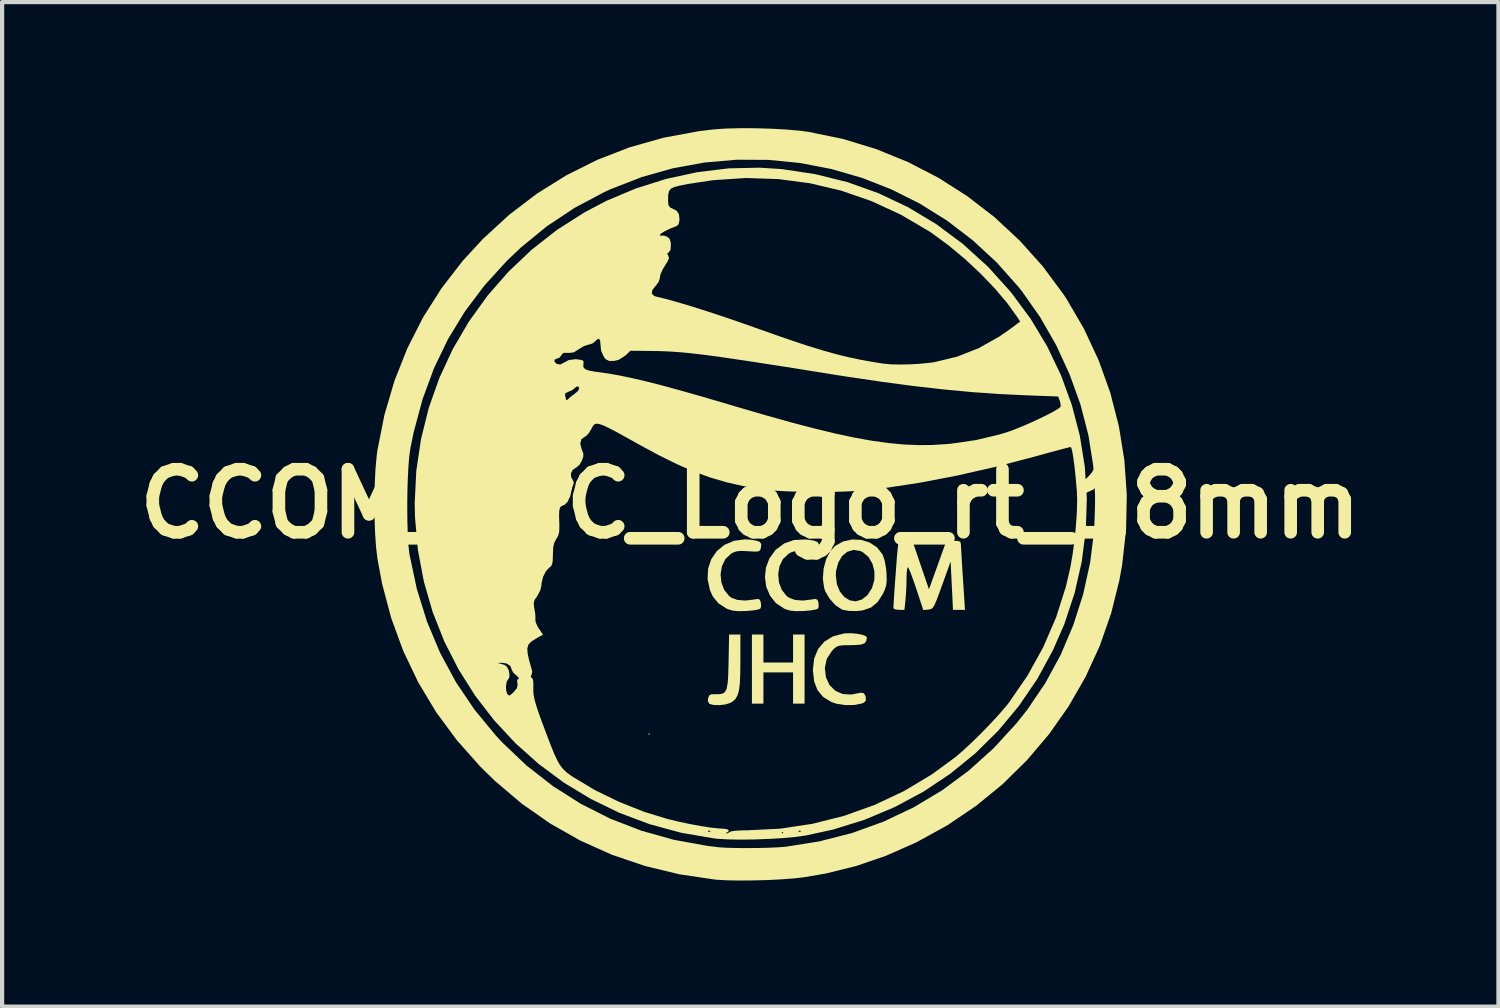
<source format=kicad_pcb>
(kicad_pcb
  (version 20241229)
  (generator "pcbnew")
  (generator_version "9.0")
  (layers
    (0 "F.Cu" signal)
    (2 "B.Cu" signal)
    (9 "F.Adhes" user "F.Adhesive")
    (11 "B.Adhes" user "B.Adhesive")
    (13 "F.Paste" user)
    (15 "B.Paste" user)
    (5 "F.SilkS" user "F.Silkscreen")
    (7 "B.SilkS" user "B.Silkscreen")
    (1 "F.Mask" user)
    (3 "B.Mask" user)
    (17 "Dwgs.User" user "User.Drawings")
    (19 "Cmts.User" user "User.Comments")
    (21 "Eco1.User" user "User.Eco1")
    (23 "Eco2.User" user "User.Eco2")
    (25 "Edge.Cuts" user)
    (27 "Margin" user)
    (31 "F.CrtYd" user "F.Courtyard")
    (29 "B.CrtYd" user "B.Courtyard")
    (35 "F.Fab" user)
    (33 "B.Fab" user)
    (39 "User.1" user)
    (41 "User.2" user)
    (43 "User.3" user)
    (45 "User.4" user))
  (footprint "CCOM_JHC_Logo_rt_18mm"
    (layer "F.Cu")
    (at 14.8 8.935)
    (property "Reference" "CCOM_JHC_Logo_rt_18mm" (at 0 0 0) (layer "F.SilkS") (effects (font (size 1.5 1.5) (thickness 0.3))))
    (attr board_only exclude_from_pos_files exclude_from_bom)
    (fp_poly (pts (xy -2.387 5.479) (xy -2.407 5.499) (xy -2.427 5.479) (xy -2.407 5.46)) (stroke (width 0) (type solid)) (fill yes) (layer "F.SilkS"))
    (fp_poly (pts (xy 0.313 3.444) (xy 0.313 3.777) (xy 0.665 3.777) (xy 1.018 3.777) (xy 1.018 3.444) (xy 1.018 3.111) (xy 1.155 3.111) (xy 1.292 3.111) (xy 1.292 3.933) (xy 1.292 4.755) (xy 1.155 4.755) (xy 1.018 4.755) (xy 1.018 4.383) (xy 1.018 4.012) (xy 0.665 4.012) (xy 0.313 4.012) (xy 0.313 4.383) (xy 0.313 4.755) (xy 0.176 4.755) (xy 0.039 4.755) (xy 0.039 3.933) (xy 0.039 3.111) (xy 0.176 3.111) (xy 0.313 3.111)) (stroke (width 0) (type solid)) (fill yes) (layer "F.SilkS"))
    (fp_poly (pts (xy -0.235 3.761) (xy -0.238 4.051) (xy -0.248 4.273) (xy -0.269 4.439) (xy -0.303 4.559) (xy -0.352 4.644) (xy -0.42 4.706) (xy -0.473 4.737) (xy -0.587 4.774) (xy -0.73 4.791) (xy -0.867 4.788) (xy -0.967 4.763) (xy -0.974 4.759) (xy -1.01 4.692) (xy -1.003 4.624) (xy -0.977 4.56) (xy -0.924 4.533) (xy -0.822 4.531) (xy -0.723 4.53) (xy -0.649 4.514) (xy -0.596 4.471) (xy -0.561 4.393) (xy -0.538 4.268) (xy -0.525 4.088) (xy -0.518 3.842) (xy -0.516 3.756) (xy -0.504 3.111) (xy -0.369 3.111) (xy -0.235 3.111)) (stroke (width 0) (type solid)) (fill yes) (layer "F.SilkS"))
    (fp_poly (pts (xy 2.547 3.094) (xy 2.67 3.118) (xy 2.752 3.151) (xy 2.776 3.183) (xy 2.759 3.267) (xy 2.719 3.32) (xy 2.641 3.349) (xy 2.509 3.361) (xy 2.391 3.364) (xy 2.231 3.366) (xy 2.128 3.375) (xy 2.058 3.398) (xy 2 3.442) (xy 1.939 3.507) (xy 1.82 3.691) (xy 1.774 3.902) (xy 1.8 4.129) (xy 1.887 4.315) (xy 2.025 4.451) (xy 2.203 4.528) (xy 2.406 4.539) (xy 2.506 4.52) (xy 2.629 4.495) (xy 2.7 4.507) (xy 2.737 4.565) (xy 2.749 4.616) (xy 2.748 4.689) (xy 2.697 4.735) (xy 2.65 4.753) (xy 2.473 4.788) (xy 2.263 4.79) (xy 2.058 4.76) (xy 1.93 4.718) (xy 1.736 4.598) (xy 1.601 4.438) (xy 1.52 4.229) (xy 1.49 3.965) (xy 1.49 3.951) (xy 1.52 3.682) (xy 1.613 3.456) (xy 1.765 3.278) (xy 1.971 3.153) (xy 2.226 3.087) (xy 2.264 3.083) (xy 2.405 3.08)) (stroke (width 0) (type solid)) (fill yes) (layer "F.SilkS"))
    (fp_poly (pts (xy -0.013 0.853) (xy 0.14 0.876) (xy 0.228 0.909) (xy 0.262 0.961) (xy 0.254 1.043) (xy 0.253 1.048) (xy 0.237 1.099) (xy 0.207 1.128) (xy 0.146 1.138) (xy 0.035 1.135) (xy -0.052 1.129) (xy -0.212 1.122) (xy -0.32 1.131) (xy -0.405 1.159) (xy -0.462 1.192) (xy -0.593 1.317) (xy -0.674 1.484) (xy -0.706 1.674) (xy -0.688 1.868) (xy -0.621 2.047) (xy -0.505 2.193) (xy -0.453 2.233) (xy -0.311 2.287) (xy -0.122 2.303) (xy 0.084 2.279) (xy 0.179 2.264) (xy 0.225 2.282) (xy 0.25 2.345) (xy 0.252 2.353) (xy 0.258 2.444) (xy 0.238 2.497) (xy 0.182 2.518) (xy 0.07 2.537) (xy -0.076 2.55) (xy -0.106 2.552) (xy -0.288 2.555) (xy -0.42 2.542) (xy -0.529 2.509) (xy -0.567 2.492) (xy -0.759 2.369) (xy -0.892 2.204) (xy -0.958 2.058) (xy -1.016 1.792) (xy -1.003 1.542) (xy -0.927 1.316) (xy -0.795 1.125) (xy -0.613 0.977) (xy -0.389 0.882) (xy -0.13 0.847)) (stroke (width 0) (type solid)) (fill yes) (layer "F.SilkS"))
    (fp_poly (pts (xy 1.357 0.853) (xy 1.51 0.876) (xy 1.598 0.909) (xy 1.632 0.961) (xy 1.624 1.043) (xy 1.623 1.048) (xy 1.606 1.099) (xy 1.577 1.128) (xy 1.516 1.138) (xy 1.405 1.135) (xy 1.317 1.129) (xy 1.158 1.122) (xy 1.05 1.131) (xy 0.965 1.159) (xy 0.908 1.192) (xy 0.777 1.317) (xy 0.696 1.484) (xy 0.664 1.674) (xy 0.682 1.868) (xy 0.749 2.047) (xy 0.864 2.193) (xy 0.917 2.233) (xy 1.059 2.287) (xy 1.247 2.303) (xy 1.453 2.279) (xy 1.548 2.264) (xy 1.595 2.282) (xy 1.62 2.345) (xy 1.622 2.353) (xy 1.628 2.444) (xy 1.608 2.497) (xy 1.552 2.518) (xy 1.44 2.537) (xy 1.294 2.55) (xy 1.264 2.552) (xy 1.081 2.555) (xy 0.947 2.542) (xy 0.836 2.508) (xy 0.801 2.492) (xy 0.609 2.363) (xy 0.469 2.186) (xy 0.381 1.977) (xy 0.349 1.75) (xy 0.373 1.519) (xy 0.456 1.298) (xy 0.6 1.101) (xy 0.607 1.094) (xy 0.807 0.944) (xy 1.04 0.863) (xy 1.31 0.849)) (stroke (width 0) (type solid)) (fill yes) (layer "F.SilkS"))
    (fp_poly (pts (xy 2.637 0.859) (xy 2.841 0.923) (xy 3.014 1.037) (xy 3.142 1.199) (xy 3.153 1.22) (xy 3.198 1.355) (xy 3.23 1.535) (xy 3.241 1.654) (xy 3.246 1.819) (xy 3.234 1.94) (xy 3.199 2.05) (xy 3.156 2.143) (xy 3.03 2.339) (xy 2.873 2.468) (xy 2.673 2.537) (xy 2.529 2.553) (xy 2.352 2.55) (xy 2.209 2.525) (xy 2.171 2.511) (xy 2.024 2.411) (xy 1.889 2.261) (xy 1.788 2.09) (xy 1.758 2.006) (xy 1.727 1.782) (xy 1.733 1.705) (xy 2.035 1.705) (xy 2.061 1.915) (xy 2.132 2.088) (xy 2.237 2.218) (xy 2.366 2.298) (xy 2.508 2.321) (xy 2.653 2.28) (xy 2.787 2.175) (xy 2.897 2.004) (xy 2.952 1.811) (xy 2.954 1.612) (xy 2.906 1.424) (xy 2.811 1.264) (xy 2.672 1.149) (xy 2.616 1.123) (xy 2.456 1.098) (xy 2.309 1.142) (xy 2.185 1.245) (xy 2.093 1.399) (xy 2.042 1.594) (xy 2.035 1.705) (xy 1.733 1.705) (xy 1.744 1.546) (xy 1.804 1.322) (xy 1.902 1.131) (xy 2.017 1.004) (xy 2.209 0.897) (xy 2.421 0.85)) (stroke (width 0) (type solid)) (fill yes) (layer "F.SilkS"))
    (fp_poly (pts (xy 4.054 1.458) (xy 4.251 2.035) (xy 4.459 1.458) (xy 4.666 0.881) (xy 4.838 0.881) (xy 4.945 0.885) (xy 4.995 0.906) (xy 5.011 0.958) (xy 5.012 0.988) (xy 5.016 1.061) (xy 5.024 1.197) (xy 5.035 1.382) (xy 5.048 1.601) (xy 5.062 1.81) (xy 5.108 2.524) (xy 4.966 2.524) (xy 4.823 2.524) (xy 4.795 1.949) (xy 4.766 1.375) (xy 4.563 1.94) (xy 4.485 2.155) (xy 4.427 2.307) (xy 4.383 2.408) (xy 4.346 2.469) (xy 4.31 2.5) (xy 4.269 2.513) (xy 4.238 2.517) (xy 4.116 2.529) (xy 3.948 2.018) (xy 3.884 1.832) (xy 3.827 1.677) (xy 3.782 1.565) (xy 3.753 1.51) (xy 3.749 1.507) (xy 3.733 1.543) (xy 3.722 1.637) (xy 3.718 1.769) (xy 3.718 1.775) (xy 3.714 1.962) (xy 3.703 2.161) (xy 3.693 2.284) (xy 3.668 2.524) (xy 3.536 2.524) (xy 3.448 2.513) (xy 3.406 2.487) (xy 3.405 2.483) (xy 3.408 2.414) (xy 3.416 2.285) (xy 3.427 2.111) (xy 3.441 1.909) (xy 3.457 1.697) (xy 3.472 1.491) (xy 3.486 1.307) (xy 3.498 1.164) (xy 3.506 1.086) (xy 3.528 0.881) (xy 3.692 0.881) (xy 3.857 0.881)) (stroke (width 0) (type solid)) (fill yes) (layer "F.SilkS"))
    (fp_poly (pts (xy 0.119 -8.934) (xy 0.498 -8.923) (xy 0.861 -8.903) (xy 1.187 -8.874) (xy 1.389 -8.847) (xy 2.202 -8.68) (xy 2.99 -8.44) (xy 3.75 -8.131) (xy 4.477 -7.755) (xy 5.166 -7.316) (xy 5.813 -6.816) (xy 6.412 -6.259) (xy 6.96 -5.647) (xy 7.451 -4.984) (xy 7.525 -4.873) (xy 7.941 -4.159) (xy 8.288 -3.414) (xy 8.565 -2.642) (xy 8.769 -1.848) (xy 8.9 -1.037) (xy 8.958 -0.215) (xy 8.941 0.614) (xy 8.849 1.444) (xy 8.783 1.814) (xy 8.584 2.611) (xy 8.315 3.381) (xy 7.977 4.119) (xy 7.573 4.821) (xy 7.108 5.482) (xy 6.584 6.1) (xy 6.005 6.67) (xy 5.373 7.187) (xy 4.692 7.648) (xy 3.964 8.049) (xy 3.933 8.064) (xy 3.224 8.377) (xy 2.515 8.62) (xy 1.789 8.799) (xy 1.291 8.884) (xy 1.047 8.913) (xy 0.751 8.935) (xy 0.423 8.952) (xy 0.085 8.961) (xy -0.243 8.964) (xy -0.541 8.959) (xy -0.787 8.946) (xy -0.841 8.941) (xy -1.69 8.815) (xy -2.508 8.617) (xy -3.294 8.35) (xy -4.047 8.012) (xy -4.763 7.606) (xy -5.441 7.132) (xy -6.078 6.591) (xy -6.42 6.257) (xy -6.983 5.623) (xy -7.477 4.953) (xy -7.901 4.246) (xy -8.256 3.502) (xy -8.542 2.722) (xy -8.759 1.906) (xy -8.87 1.31) (xy -8.904 1.023) (xy -8.927 0.68) (xy -8.94 0.301) (xy -8.941 0.084) (xy -8.161 0.084) (xy -8.158 0.41) (xy -8.149 0.713) (xy -8.134 0.974) (xy -8.112 1.178) (xy -8.107 1.209) (xy -7.933 2.027) (xy -7.691 2.804) (xy -7.382 3.541) (xy -7.006 4.239) (xy -6.562 4.897) (xy -6.051 5.517) (xy -5.9 5.679) (xy -5.319 6.231) (xy -4.695 6.718) (xy -4.031 7.139) (xy -3.328 7.494) (xy -2.59 7.779) (xy -1.819 7.995) (xy -1.019 8.14) (xy -0.744 8.173) (xy -0.578 8.184) (xy -0.355 8.19) (xy -0.099 8.192) (xy 0.171 8.19) (xy 0.431 8.184) (xy 0.661 8.174) (xy 0.837 8.16) (xy 0.841 8.16) (xy 1.647 8.032) (xy 2.426 7.832) (xy 3.173 7.562) (xy 3.887 7.223) (xy 4.564 6.818) (xy 5.199 6.348) (xy 5.791 5.815) (xy 6.335 5.222) (xy 6.593 4.896) (xy 7.021 4.264) (xy 7.386 3.592) (xy 7.686 2.885) (xy 7.92 2.152) (xy 8.086 1.399) (xy 8.182 0.634) (xy 8.208 -0.135) (xy 8.16 -0.902) (xy 8.046 -1.624) (xy 7.857 -2.357) (xy 7.597 -3.08) (xy 7.275 -3.779) (xy 6.894 -4.442) (xy 6.463 -5.056) (xy 6.386 -5.153) (xy 5.863 -5.741) (xy 5.293 -6.268) (xy 4.683 -6.735) (xy 4.036 -7.139) (xy 3.357 -7.479) (xy 2.653 -7.755) (xy 1.927 -7.964) (xy 1.186 -8.107) (xy 0.433 -8.181) (xy -0.325 -8.185) (xy -1.085 -8.119) (xy -1.84 -7.982) (xy -2.586 -7.771) (xy -3.318 -7.486) (xy -3.473 -7.415) (xy -4.178 -7.041) (xy -4.84 -6.601) (xy -5.458 -6.096) (xy -5.793 -5.777) (xy -6.327 -5.19) (xy -6.792 -4.572) (xy -7.19 -3.919) (xy -7.524 -3.226) (xy -7.796 -2.49) (xy -8.007 -1.706) (xy -8.088 -1.311) (xy -8.114 -1.12) (xy -8.134 -0.869) (xy -8.149 -0.573) (xy -8.158 -0.25) (xy -8.161 0.084) (xy -8.941 0.084) (xy -8.942 -0.093) (xy -8.934 -0.481) (xy -8.916 -0.843) (xy -8.886 -1.158) (xy -8.871 -1.272) (xy -8.704 -2.113) (xy -8.467 -2.921) (xy -8.161 -3.693) (xy -7.788 -4.429) (xy -7.347 -5.125) (xy -6.841 -5.78) (xy -6.36 -6.302) (xy -5.736 -6.875) (xy -5.073 -7.38) (xy -4.372 -7.817) (xy -3.636 -8.184) (xy -2.866 -8.482) (xy -2.064 -8.708) (xy -1.232 -8.863) (xy -0.882 -8.905) (xy -0.594 -8.926) (xy -0.253 -8.935)) (stroke (width 0) (type solid)) (fill yes) (layer "F.SilkS"))
    (fp_poly (pts (xy 0.749 -7.962) (xy 1.546 -7.842) (xy 2.315 -7.651) (xy 3.053 -7.387) (xy 3.757 -7.054) (xy 4.426 -6.652) (xy 5.057 -6.182) (xy 5.648 -5.646) (xy 5.675 -5.618) (xy 6.204 -5.031) (xy 6.667 -4.405) (xy 7.063 -3.747) (xy 7.391 -3.061) (xy 7.65 -2.351) (xy 7.84 -1.623) (xy 7.959 -0.881) (xy 8.007 -0.131) (xy 7.983 0.624) (xy 7.886 1.378) (xy 7.716 2.126) (xy 7.471 2.865) (xy 7.202 3.483) (xy 6.828 4.169) (xy 6.392 4.809) (xy 5.899 5.4) (xy 5.352 5.94) (xy 4.756 6.425) (xy 4.116 6.852) (xy 3.435 7.217) (xy 2.717 7.519) (xy 1.968 7.752) (xy 1.331 7.891) (xy 1.089 7.925) (xy 0.795 7.953) (xy 0.467 7.973) (xy 0.127 7.986) (xy -0.206 7.991) (xy -0.511 7.986) (xy -0.767 7.972) (xy -0.861 7.962) (xy -1.642 7.828) (xy -1.812 7.782) (xy -1.005 7.782) (xy -0.999 7.805) (xy -0.978 7.808) (xy -0.946 7.794) (xy -0.952 7.782) (xy -0.999 7.777) (xy -1.005 7.782) (xy -1.812 7.782) (xy -2.393 7.624) (xy -3.111 7.355) (xy -3.792 7.024) (xy -4.435 6.635) (xy -5.034 6.191) (xy -5.588 5.696) (xy -6.093 5.153) (xy -6.545 4.567) (xy -6.941 3.94) (xy -7.015 3.794) (xy -6 3.794) (xy -5.942 3.804) (xy -5.847 3.835) (xy -5.793 3.874) (xy -5.748 3.959) (xy -5.728 4.06) (xy -5.736 4.143) (xy -5.757 4.17) (xy -5.795 4.232) (xy -5.812 4.336) (xy -5.807 4.446) (xy -5.781 4.523) (xy -5.749 4.561) (xy -5.71 4.553) (xy -5.644 4.495) (xy -5.628 4.479) (xy -5.553 4.388) (xy -5.534 4.307) (xy -5.541 4.268) (xy -5.547 4.189) (xy -5.513 4.167) (xy -5.504 4.147) (xy -5.55 4.099) (xy -5.567 4.085) (xy -5.641 4.015) (xy -5.675 3.951) (xy -5.675 3.947) (xy -5.71 3.856) (xy -5.802 3.798) (xy -5.917 3.783) (xy -5.996 3.788) (xy -6 3.794) (xy -7.015 3.794) (xy -7.195 3.441) (xy -5.305 3.441) (xy -5.298 3.552) (xy -5.267 3.703) (xy -5.225 3.853) (xy -5.219 3.87) (xy -5.188 3.993) (xy -5.202 4.066) (xy -5.207 4.072) (xy -5.225 4.12) (xy -5.199 4.138) (xy -5.167 4.189) (xy -5.159 4.314) (xy -5.161 4.353) (xy -5.162 4.449) (xy -5.154 4.547) (xy -5.132 4.659) (xy -5.094 4.797) (xy -5.036 4.973) (xy -4.954 5.198) (xy -4.856 5.46) (xy -4.753 5.73) (xy -4.669 5.938) (xy -4.596 6.096) (xy -4.529 6.215) (xy -4.458 6.307) (xy -4.378 6.384) (xy -4.281 6.457) (xy -4.207 6.507) (xy -3.688 6.817) (xy -3.119 7.094) (xy -2.529 7.328) (xy -1.977 7.497) (xy -1.711 7.562) (xy -1.436 7.62) (xy -1.169 7.669) (xy -0.93 7.706) (xy -0.737 7.726) (xy -0.656 7.729) (xy -0.555 7.741) (xy -0.509 7.769) (xy -0.527 7.805) (xy -0.558 7.821) (xy -0.584 7.839) (xy -0.56 7.844) (xy -0.519 7.827) (xy 0.744 7.827) (xy 0.763 7.847) (xy 0.783 7.827) (xy 0.763 7.808) (xy 0.744 7.827) (xy -0.519 7.827) (xy -0.498 7.819) (xy -0.489 7.808) (xy -0.442 7.791) (xy -0.363 7.782) (xy 1.148 7.782) (xy 1.153 7.805) (xy 1.174 7.808) (xy 1.206 7.794) (xy 1.2 7.782) (xy 1.154 7.777) (xy 1.148 7.782) (xy -0.363 7.782) (xy -0.332 7.778) (xy -0.178 7.77) (xy -0.061 7.769) (xy 0.713 7.73) (xy 1.477 7.615) (xy 2.226 7.427) (xy 2.953 7.167) (xy 3.651 6.839) (xy 4.314 6.443) (xy 4.892 6.019) (xy 5.076 5.86) (xy 5.289 5.661) (xy 5.515 5.438) (xy 5.737 5.208) (xy 5.939 4.988) (xy 6.103 4.795) (xy 6.15 4.736) (xy 6.594 4.092) (xy 6.97 3.412) (xy 7.276 2.703) (xy 7.51 1.968) (xy 7.611 1.532) (xy 7.666 1.223) (xy 7.711 0.887) (xy 7.746 0.546) (xy 7.769 0.22) (xy 7.777 -0.07) (xy 7.77 -0.294) (xy 7.744 -0.594) (xy 7.717 -0.855) (xy 7.69 -1.069) (xy 7.664 -1.229) (xy 7.64 -1.324) (xy 7.623 -1.35) (xy 7.576 -1.34) (xy 7.464 -1.312) (xy 7.3 -1.268) (xy 7.095 -1.213) (xy 6.86 -1.148) (xy 6.754 -1.119) (xy 5.821 -0.875) (xy 4.905 -0.667) (xy 4.019 -0.498) (xy 3.178 -0.37) (xy 2.818 -0.327) (xy 2.552 -0.305) (xy 2.236 -0.29) (xy 1.889 -0.281) (xy 1.529 -0.28) (xy 1.172 -0.285) (xy 0.837 -0.297) (xy 0.541 -0.316) (xy 0.302 -0.34) (xy 0.267 -0.345) (xy -0.163 -0.419) (xy -0.562 -0.51) (xy -0.945 -0.622) (xy -1.329 -0.761) (xy -1.726 -0.933) (xy -2.153 -1.143) (xy -2.624 -1.397) (xy -2.681 -1.428) (xy -2.968 -1.589) (xy -3.195 -1.714) (xy -3.37 -1.805) (xy -3.501 -1.866) (xy -3.595 -1.898) (xy -3.662 -1.905) (xy -3.708 -1.889) (xy -3.742 -1.852) (xy -3.772 -1.798) (xy -3.78 -1.781) (xy -3.841 -1.68) (xy -3.904 -1.613) (xy -3.924 -1.602) (xy -4.016 -1.538) (xy -4.046 -1.433) (xy -4.013 -1.299) (xy -4.011 -1.295) (xy -3.972 -1.197) (xy -3.974 -1.116) (xy -4.006 -1.026) (xy -4.062 -0.929) (xy -4.128 -0.869) (xy -4.139 -0.864) (xy -4.224 -0.807) (xy -4.268 -0.719) (xy -4.261 -0.629) (xy -4.238 -0.595) (xy -4.198 -0.511) (xy -4.208 -0.463) (xy -4.237 -0.384) (xy -4.244 -0.352) (xy -4.284 -0.178) (xy -4.346 -0.046) (xy -4.422 0.028) (xy -4.442 0.036) (xy -4.494 0.056) (xy -4.527 0.094) (xy -4.544 0.166) (xy -4.549 0.284) (xy -4.543 0.464) (xy -4.542 0.497) (xy -4.544 0.65) (xy -4.57 0.758) (xy -4.614 0.836) (xy -4.664 0.929) (xy -4.689 1.046) (xy -4.696 1.209) (xy -4.7 1.354) (xy -4.715 1.442) (xy -4.746 1.493) (xy -4.778 1.516) (xy -4.861 1.603) (xy -4.929 1.738) (xy -4.967 1.889) (xy -4.97 1.948) (xy -4.996 2.061) (xy -5.06 2.183) (xy -5.071 2.199) (xy -5.133 2.29) (xy -5.153 2.368) (xy -5.142 2.472) (xy -5.134 2.508) (xy -5.115 2.63) (xy -5.111 2.728) (xy -5.114 2.753) (xy -5.104 2.824) (xy -5.058 2.925) (xy -5.031 2.967) (xy -4.931 3.115) (xy -5.055 3.182) (xy -5.196 3.268) (xy -5.276 3.348) (xy -5.305 3.441) (xy -7.195 3.441) (xy -7.279 3.277) (xy -7.555 2.58) (xy -7.765 1.855) (xy -7.907 1.103) (xy -7.976 0.33) (xy -7.984 -0.008) (xy -7.946 -0.782) (xy -7.833 -1.541) (xy -7.649 -2.28) (xy -7.544 -2.578) (xy -4.406 -2.578) (xy -4.386 -2.499) (xy -4.383 -2.475) (xy -4.364 -2.463) (xy -4.334 -2.49) (xy -4.266 -2.553) (xy -4.178 -2.616) (xy -4.103 -2.679) (xy -4.07 -2.739) (xy -4.07 -2.741) (xy -4.091 -2.793) (xy -4.143 -2.782) (xy -4.184 -2.743) (xy -4.257 -2.692) (xy -4.33 -2.664) (xy -4.402 -2.627) (xy -4.406 -2.578) (xy -7.544 -2.578) (xy -7.396 -2.995) (xy -7.196 -3.426) (xy -4.66 -3.426) (xy -4.656 -3.375) (xy -4.602 -3.327) (xy -4.52 -3.312) (xy -4.471 -3.337) (xy -4.318 -3.419) (xy -4.159 -3.439) (xy -4.097 -3.434) (xy -4 -3.416) (xy -3.964 -3.386) (xy -3.969 -3.328) (xy -3.97 -3.324) (xy -3.972 -3.254) (xy -3.932 -3.204) (xy -3.838 -3.168) (xy -3.679 -3.14) (xy -3.62 -3.133) (xy -3.377 -3.099) (xy -3.108 -3.051) (xy -2.806 -2.988) (xy -2.465 -2.908) (xy -2.077 -2.809) (xy -1.638 -2.689) (xy -1.139 -2.547) (xy -0.576 -2.382) (xy -0.372 -2.321) (xy 0.318 -2.119) (xy 0.941 -1.944) (xy 1.505 -1.796) (xy 2.016 -1.672) (xy 2.481 -1.573) (xy 2.907 -1.497) (xy 3.3 -1.443) (xy 3.667 -1.409) (xy 4.014 -1.395) (xy 4.349 -1.399) (xy 4.678 -1.42) (xy 4.775 -1.429) (xy 5.365 -1.514) (xy 5.916 -1.645) (xy 6.125 -1.708) (xy 6.284 -1.766) (xy 6.47 -1.841) (xy 6.669 -1.927) (xy 6.868 -2.019) (xy 7.052 -2.109) (xy 7.207 -2.19) (xy 7.321 -2.257) (xy 7.379 -2.303) (xy 7.383 -2.309) (xy 7.383 -2.377) (xy 7.363 -2.453) (xy 7.325 -2.552) (xy 6.588 -2.579) (xy 5.938 -2.61) (xy 5.279 -2.656) (xy 4.599 -2.72) (xy 3.884 -2.801) (xy 3.125 -2.902) (xy 2.307 -3.023) (xy 1.976 -3.075) (xy 1.365 -3.173) (xy 0.825 -3.259) (xy 0.35 -3.333) (xy -0.067 -3.397) (xy -0.43 -3.451) (xy -0.747 -3.497) (xy -1.023 -3.534) (xy -1.265 -3.564) (xy -1.478 -3.587) (xy -1.669 -3.605) (xy -1.844 -3.618) (xy -2.009 -3.626) (xy -2.169 -3.632) (xy -2.332 -3.634) (xy -2.335 -3.635) (xy -2.851 -3.64) (xy -2.97 -3.526) (xy -3.129 -3.424) (xy -3.243 -3.398) (xy -3.354 -3.397) (xy -3.428 -3.431) (xy -3.479 -3.487) (xy -3.549 -3.637) (xy -3.561 -3.762) (xy -3.572 -3.883) (xy -3.604 -3.929) (xy -3.657 -3.9) (xy -3.686 -3.865) (xy -3.762 -3.81) (xy -3.852 -3.784) (xy -3.96 -3.75) (xy -4.071 -3.683) (xy -4.085 -3.673) (xy -4.197 -3.602) (xy -4.314 -3.588) (xy -4.337 -3.59) (xy -4.436 -3.591) (xy -4.482 -3.559) (xy -4.491 -3.537) (xy -4.54 -3.476) (xy -4.593 -3.456) (xy -4.66 -3.426) (xy -7.196 -3.426) (xy -7.077 -3.681) (xy -6.695 -4.334) (xy -6.253 -4.948) (xy -6.208 -5) (xy -2.342 -5) (xy -2.285 -4.943) (xy -2.241 -4.929) (xy -2.012 -4.874) (xy -1.722 -4.793) (xy -1.38 -4.691) (xy -0.997 -4.569) (xy -0.585 -4.433) (xy -0.154 -4.284) (xy 0.124 -4.186) (xy 0.604 -4.016) (xy 1.023 -3.871) (xy 1.392 -3.75) (xy 1.722 -3.649) (xy 2.025 -3.564) (xy 2.31 -3.493) (xy 2.59 -3.433) (xy 2.875 -3.38) (xy 3.17 -3.333) (xy 3.346 -3.317) (xy 3.574 -3.312) (xy 3.828 -3.318) (xy 4.082 -3.334) (xy 4.31 -3.358) (xy 4.386 -3.37) (xy 4.923 -3.5) (xy 5.435 -3.702) (xy 5.927 -3.979) (xy 6.156 -4.138) (xy 6.421 -4.334) (xy 6.355 -4.437) (xy 6.113 -4.774) (xy 5.813 -5.128) (xy 5.47 -5.484) (xy 5.099 -5.83) (xy 4.713 -6.151) (xy 4.328 -6.433) (xy 4.26 -6.479) (xy 3.586 -6.876) (xy 2.886 -7.199) (xy 2.164 -7.449) (xy 1.422 -7.625) (xy 0.663 -7.725) (xy -0.107 -7.75) (xy -0.887 -7.698) (xy -1.474 -7.609) (xy -1.673 -7.57) (xy -1.808 -7.535) (xy -1.891 -7.494) (xy -1.935 -7.435) (xy -1.953 -7.35) (xy -1.956 -7.226) (xy -1.956 -7.21) (xy -1.947 -7.106) (xy -1.908 -7.05) (xy -1.85 -7.022) (xy -1.747 -6.967) (xy -1.697 -6.887) (xy -1.683 -6.76) (xy -1.703 -6.651) (xy -1.751 -6.607) (xy -1.899 -6.549) (xy -2.027 -6.488) (xy -2.118 -6.434) (xy -2.153 -6.396) (xy -2.153 -6.396) (xy -2.129 -6.372) (xy -2.116 -6.378) (xy -2.057 -6.38) (xy -1.988 -6.358) (xy -1.923 -6.309) (xy -1.894 -6.225) (xy -1.889 -6.16) (xy -1.898 -6.037) (xy -1.94 -5.982) (xy -1.94 -5.981) (xy -1.977 -5.949) (xy -1.953 -5.905) (xy -1.932 -5.848) (xy -1.964 -5.771) (xy -1.981 -5.744) (xy -2.083 -5.579) (xy -2.138 -5.455) (xy -2.153 -5.364) (xy -2.18 -5.278) (xy -2.246 -5.189) (xy -2.25 -5.186) (xy -2.331 -5.084) (xy -2.342 -5) (xy -6.208 -5) (xy -5.754 -5.52) (xy -5.2 -6.045) (xy -4.596 -6.518) (xy -3.942 -6.934) (xy -3.425 -7.206) (xy -2.724 -7.501) (xy -1.999 -7.729) (xy -1.26 -7.889) (xy -0.517 -7.979) (xy 0.221 -7.996)) (stroke (width 0) (type solid)) (fill yes) (layer "F.SilkS")))
  (gr_rect
    (start -3 -3)
    (end 32.6 20.899)
    (stroke (width 0.1) (type default))
    (fill no)
    (layer "Edge.Cuts")))
</source>
